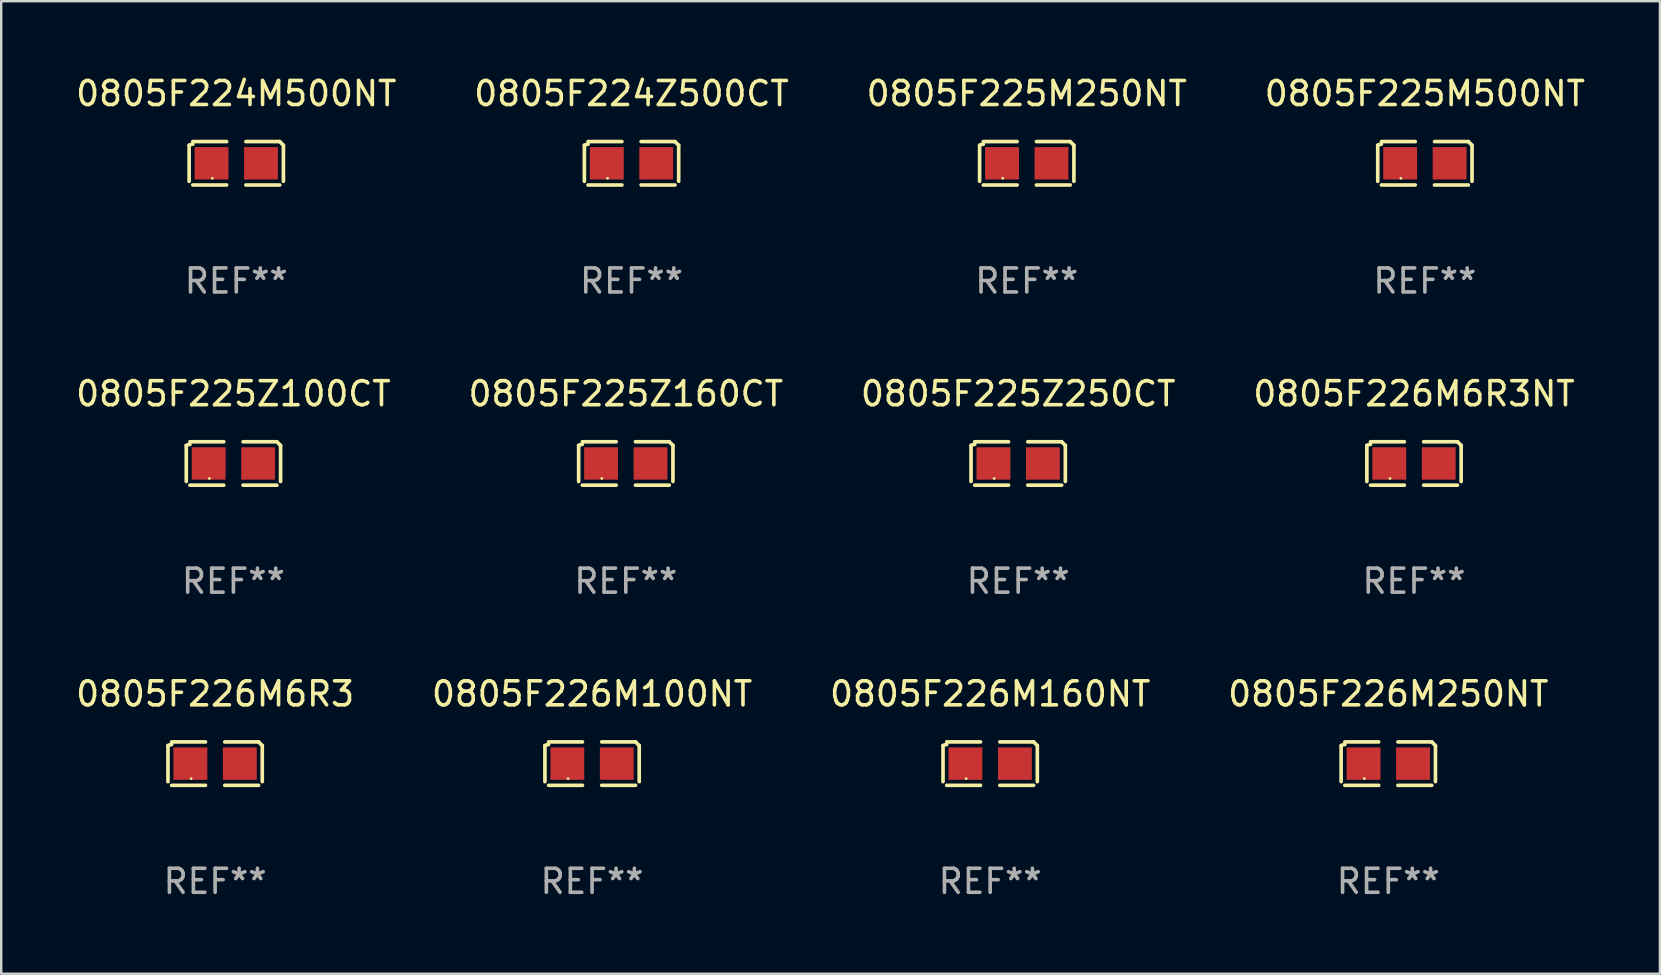
<source format=kicad_pcb>
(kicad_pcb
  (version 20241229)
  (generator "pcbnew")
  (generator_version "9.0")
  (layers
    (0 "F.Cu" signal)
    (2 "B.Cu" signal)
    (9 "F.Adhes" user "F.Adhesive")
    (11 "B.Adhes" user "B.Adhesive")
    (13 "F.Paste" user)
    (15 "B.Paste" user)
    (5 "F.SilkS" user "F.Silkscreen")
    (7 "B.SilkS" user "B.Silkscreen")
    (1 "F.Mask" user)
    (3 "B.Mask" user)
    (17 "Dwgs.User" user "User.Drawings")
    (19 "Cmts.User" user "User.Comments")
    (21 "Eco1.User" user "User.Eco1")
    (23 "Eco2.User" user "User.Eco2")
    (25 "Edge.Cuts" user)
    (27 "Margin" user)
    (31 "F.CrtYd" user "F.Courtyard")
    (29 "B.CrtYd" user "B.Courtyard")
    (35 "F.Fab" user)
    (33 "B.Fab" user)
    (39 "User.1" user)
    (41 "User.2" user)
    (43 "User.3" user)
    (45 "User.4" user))
  (footprint "0805F224Z500CT"
    (layer "F.Cu")
    (at 23.256 3.752)
    (property "Reference" "0805F224Z500CT" (at 0 -2.904 0) (layer "F.SilkS") (effects (font (size 1 1) (thickness 0.15))))
    (attr through_hole)
    (fp_line (start -1.964 0.751) (end -1.964 -0.751) (stroke (width 0.152) (type solid)) (layer "F.SilkS"))
    (fp_line (start -1.811 -0.904) (end -0.401 -0.904) (stroke (width 0.152) (type solid)) (layer "F.SilkS"))
    (fp_line (start -0.401 0.904) (end -1.811 0.904) (stroke (width 0.152) (type solid)) (layer "F.SilkS"))
    (fp_line (start 0.401 0.904) (end 1.811 0.904) (stroke (width 0.152) (type solid)) (layer "F.SilkS"))
    (fp_line (start 1.811 -0.904) (end 0.401 -0.904) (stroke (width 0.152) (type solid)) (layer "F.SilkS"))
    (fp_line (start 1.964 0.751) (end 1.964 -0.751) (stroke (width 0.152) (type solid)) (layer "F.SilkS"))
    (fp_arc (start -1.963602 -0.751207) (mid -1.890354 -0.783131) (end -1.811201 -0.794044) (stroke (width 0.1524) (type solid)) (layer "F.SilkS"))
    (fp_arc (start 1.811202 -0.903607) (mid 1.887413 -0.827418) (end 1.963602 -0.751207) (stroke (width 0.1524) (type solid)) (layer "F.SilkS"))
    (fp_circle (center -1 0.625) (end -0.97 0.625) (stroke (width 0.06) (type solid)) (fill no) (layer "F.SilkS"))
    (fp_text user "REF**" (at 0 4.904 0) (layer "F.Fab") (effects (font (size 1 1) (thickness 0.15))))
    (pad "1" smd rect (at -1.03 0) (size 1.41 1.35) (layers "F.Cu" "F.Mask" "F.Paste"))
    (pad "2" smd rect (at 1.03 0) (size 1.41 1.35) (layers "F.Cu" "F.Mask" "F.Paste")))
  (footprint "0805F224M500NT"
    (layer "F.Cu")
    (at 6.792 3.752)
    (property "Reference" "0805F224M500NT" (at 0 -2.904 0) (layer "F.SilkS") (effects (font (size 1 1) (thickness 0.15))))
    (attr through_hole)
    (fp_line (start -1.964 0.751) (end -1.964 -0.751) (stroke (width 0.152) (type solid)) (layer "F.SilkS"))
    (fp_line (start -1.811 -0.904) (end -0.401 -0.904) (stroke (width 0.152) (type solid)) (layer "F.SilkS"))
    (fp_line (start -0.401 0.904) (end -1.811 0.904) (stroke (width 0.152) (type solid)) (layer "F.SilkS"))
    (fp_line (start 0.401 0.904) (end 1.811 0.904) (stroke (width 0.152) (type solid)) (layer "F.SilkS"))
    (fp_line (start 1.811 -0.904) (end 0.401 -0.904) (stroke (width 0.152) (type solid)) (layer "F.SilkS"))
    (fp_line (start 1.964 0.751) (end 1.964 -0.751) (stroke (width 0.152) (type solid)) (layer "F.SilkS"))
    (fp_arc (start -1.963602 -0.751207) (mid -1.890354 -0.783131) (end -1.811201 -0.794044) (stroke (width 0.1524) (type solid)) (layer "F.SilkS"))
    (fp_arc (start 1.811202 -0.903607) (mid 1.887413 -0.827418) (end 1.963602 -0.751207) (stroke (width 0.1524) (type solid)) (layer "F.SilkS"))
    (fp_circle (center -1 0.625) (end -0.97 0.625) (stroke (width 0.06) (type solid)) (fill no) (layer "F.SilkS"))
    (fp_text user "REF**" (at 0 4.904 0) (layer "F.Fab") (effects (font (size 1 1) (thickness 0.15))))
    (pad "1" smd rect (at -1.03 0) (size 1.41 1.35) (layers "F.Cu" "F.Mask" "F.Paste"))
    (pad "2" smd rect (at 1.03 0) (size 1.41 1.35) (layers "F.Cu" "F.Mask" "F.Paste")))
  (footprint "0805F226M160NT"
    (layer "F.Cu")
    (at 38.196 28.759)
    (property "Reference" "0805F226M160NT" (at 0 -2.904 0) (layer "F.SilkS") (effects (font (size 1 1) (thickness 0.15))))
    (attr through_hole)
    (fp_line (start -1.964 0.751) (end -1.964 -0.751) (stroke (width 0.152) (type solid)) (layer "F.SilkS"))
    (fp_line (start -1.811 -0.904) (end -0.401 -0.904) (stroke (width 0.152) (type solid)) (layer "F.SilkS"))
    (fp_line (start -0.401 0.904) (end -1.811 0.904) (stroke (width 0.152) (type solid)) (layer "F.SilkS"))
    (fp_line (start 0.401 0.904) (end 1.811 0.904) (stroke (width 0.152) (type solid)) (layer "F.SilkS"))
    (fp_line (start 1.811 -0.904) (end 0.401 -0.904) (stroke (width 0.152) (type solid)) (layer "F.SilkS"))
    (fp_line (start 1.964 0.751) (end 1.964 -0.751) (stroke (width 0.152) (type solid)) (layer "F.SilkS"))
    (fp_arc (start -1.963602 -0.751207) (mid -1.890354 -0.783131) (end -1.811201 -0.794044) (stroke (width 0.1524) (type solid)) (layer "F.SilkS"))
    (fp_arc (start 1.811202 -0.903607) (mid 1.887413 -0.827418) (end 1.963602 -0.751207) (stroke (width 0.1524) (type solid)) (layer "F.SilkS"))
    (fp_circle (center -1 0.625) (end -0.97 0.625) (stroke (width 0.06) (type solid)) (fill no) (layer "F.SilkS"))
    (fp_text user "REF**" (at 0 4.904 0) (layer "F.Fab") (effects (font (size 1 1) (thickness 0.15))))
    (pad "1" smd rect (at -1.03 0) (size 1.41 1.35) (layers "F.Cu" "F.Mask" "F.Paste"))
    (pad "2" smd rect (at 1.03 0) (size 1.41 1.35) (layers "F.Cu" "F.Mask" "F.Paste")))
  (footprint "0805F225Z160CT"
    (layer "F.Cu")
    (at 23.018 16.256)
    (property "Reference" "0805F225Z160CT" (at 0 -2.904 0) (layer "F.SilkS") (effects (font (size 1 1) (thickness 0.15))))
    (attr through_hole)
    (fp_line (start -1.964 0.751) (end -1.964 -0.751) (stroke (width 0.152) (type solid)) (layer "F.SilkS"))
    (fp_line (start -1.811 -0.904) (end -0.401 -0.904) (stroke (width 0.152) (type solid)) (layer "F.SilkS"))
    (fp_line (start -0.401 0.904) (end -1.811 0.904) (stroke (width 0.152) (type solid)) (layer "F.SilkS"))
    (fp_line (start 0.401 0.904) (end 1.811 0.904) (stroke (width 0.152) (type solid)) (layer "F.SilkS"))
    (fp_line (start 1.811 -0.904) (end 0.401 -0.904) (stroke (width 0.152) (type solid)) (layer "F.SilkS"))
    (fp_line (start 1.964 0.751) (end 1.964 -0.751) (stroke (width 0.152) (type solid)) (layer "F.SilkS"))
    (fp_arc (start -1.963602 -0.751207) (mid -1.890354 -0.783131) (end -1.811201 -0.794044) (stroke (width 0.1524) (type solid)) (layer "F.SilkS"))
    (fp_arc (start 1.811202 -0.903607) (mid 1.887413 -0.827418) (end 1.963602 -0.751207) (stroke (width 0.1524) (type solid)) (layer "F.SilkS"))
    (fp_circle (center -1 0.625) (end -0.97 0.625) (stroke (width 0.06) (type solid)) (fill no) (layer "F.SilkS"))
    (fp_text user "REF**" (at 0 4.904 0) (layer "F.Fab") (effects (font (size 1 1) (thickness 0.15))))
    (pad "1" smd rect (at -1.03 0) (size 1.41 1.35) (layers "F.Cu" "F.Mask" "F.Paste"))
    (pad "2" smd rect (at 1.03 0) (size 1.41 1.35) (layers "F.Cu" "F.Mask" "F.Paste")))
  (footprint "0805F225Z250CT"
    (layer "F.Cu")
    (at 39.363 16.256)
    (property "Reference" "0805F225Z250CT" (at 0 -2.904 0) (layer "F.SilkS") (effects (font (size 1 1) (thickness 0.15))))
    (attr through_hole)
    (fp_line (start -1.964 0.751) (end -1.964 -0.751) (stroke (width 0.152) (type solid)) (layer "F.SilkS"))
    (fp_line (start -1.811 -0.904) (end -0.401 -0.904) (stroke (width 0.152) (type solid)) (layer "F.SilkS"))
    (fp_line (start -0.401 0.904) (end -1.811 0.904) (stroke (width 0.152) (type solid)) (layer "F.SilkS"))
    (fp_line (start 0.401 0.904) (end 1.811 0.904) (stroke (width 0.152) (type solid)) (layer "F.SilkS"))
    (fp_line (start 1.811 -0.904) (end 0.401 -0.904) (stroke (width 0.152) (type solid)) (layer "F.SilkS"))
    (fp_line (start 1.964 0.751) (end 1.964 -0.751) (stroke (width 0.152) (type solid)) (layer "F.SilkS"))
    (fp_arc (start -1.963602 -0.751207) (mid -1.890354 -0.783131) (end -1.811201 -0.794044) (stroke (width 0.1524) (type solid)) (layer "F.SilkS"))
    (fp_arc (start 1.811202 -0.903607) (mid 1.887413 -0.827418) (end 1.963602 -0.751207) (stroke (width 0.1524) (type solid)) (layer "F.SilkS"))
    (fp_circle (center -1 0.625) (end -0.97 0.625) (stroke (width 0.06) (type solid)) (fill no) (layer "F.SilkS"))
    (fp_text user "REF**" (at 0 4.904 0) (layer "F.Fab") (effects (font (size 1 1) (thickness 0.15))))
    (pad "1" smd rect (at -1.03 0) (size 1.41 1.35) (layers "F.Cu" "F.Mask" "F.Paste"))
    (pad "2" smd rect (at 1.03 0) (size 1.41 1.35) (layers "F.Cu" "F.Mask" "F.Paste")))
  (footprint "0805F226M250NT"
    (layer "F.Cu")
    (at 54.78 28.759)
    (property "Reference" "0805F226M250NT" (at 0 -2.904 0) (layer "F.SilkS") (effects (font (size 1 1) (thickness 0.15))))
    (attr through_hole)
    (fp_line (start -1.964 0.751) (end -1.964 -0.751) (stroke (width 0.152) (type solid)) (layer "F.SilkS"))
    (fp_line (start -1.811 -0.904) (end -0.401 -0.904) (stroke (width 0.152) (type solid)) (layer "F.SilkS"))
    (fp_line (start -0.401 0.904) (end -1.811 0.904) (stroke (width 0.152) (type solid)) (layer "F.SilkS"))
    (fp_line (start 0.401 0.904) (end 1.811 0.904) (stroke (width 0.152) (type solid)) (layer "F.SilkS"))
    (fp_line (start 1.811 -0.904) (end 0.401 -0.904) (stroke (width 0.152) (type solid)) (layer "F.SilkS"))
    (fp_line (start 1.964 0.751) (end 1.964 -0.751) (stroke (width 0.152) (type solid)) (layer "F.SilkS"))
    (fp_arc (start -1.963602 -0.751207) (mid -1.890354 -0.783131) (end -1.811201 -0.794044) (stroke (width 0.1524) (type solid)) (layer "F.SilkS"))
    (fp_arc (start 1.811202 -0.903607) (mid 1.887413 -0.827418) (end 1.963602 -0.751207) (stroke (width 0.1524) (type solid)) (layer "F.SilkS"))
    (fp_circle (center -1 0.625) (end -0.97 0.625) (stroke (width 0.06) (type solid)) (fill no) (layer "F.SilkS"))
    (fp_text user "REF**" (at 0 4.904 0) (layer "F.Fab") (effects (font (size 1 1) (thickness 0.15))))
    (pad "1" smd rect (at -1.03 0) (size 1.41 1.35) (layers "F.Cu" "F.Mask" "F.Paste"))
    (pad "2" smd rect (at 1.03 0) (size 1.41 1.35) (layers "F.Cu" "F.Mask" "F.Paste")))
  (footprint "0805F225M250NT"
    (layer "F.Cu")
    (at 39.72 3.752)
    (property "Reference" "0805F225M250NT" (at 0 -2.904 0) (layer "F.SilkS") (effects (font (size 1 1) (thickness 0.15))))
    (attr through_hole)
    (fp_line (start -1.964 0.751) (end -1.964 -0.751) (stroke (width 0.152) (type solid)) (layer "F.SilkS"))
    (fp_line (start -1.811 -0.904) (end -0.401 -0.904) (stroke (width 0.152) (type solid)) (layer "F.SilkS"))
    (fp_line (start -0.401 0.904) (end -1.811 0.904) (stroke (width 0.152) (type solid)) (layer "F.SilkS"))
    (fp_line (start 0.401 0.904) (end 1.811 0.904) (stroke (width 0.152) (type solid)) (layer "F.SilkS"))
    (fp_line (start 1.811 -0.904) (end 0.401 -0.904) (stroke (width 0.152) (type solid)) (layer "F.SilkS"))
    (fp_line (start 1.964 0.751) (end 1.964 -0.751) (stroke (width 0.152) (type solid)) (layer "F.SilkS"))
    (fp_arc (start -1.963602 -0.751207) (mid -1.890354 -0.783131) (end -1.811201 -0.794044) (stroke (width 0.1524) (type solid)) (layer "F.SilkS"))
    (fp_arc (start 1.811202 -0.903607) (mid 1.887413 -0.827418) (end 1.963602 -0.751207) (stroke (width 0.1524) (type solid)) (layer "F.SilkS"))
    (fp_circle (center -1 0.625) (end -0.97 0.625) (stroke (width 0.06) (type solid)) (fill no) (layer "F.SilkS"))
    (fp_text user "REF**" (at 0 4.904 0) (layer "F.Fab") (effects (font (size 1 1) (thickness 0.15))))
    (pad "1" smd rect (at -1.03 0) (size 1.41 1.35) (layers "F.Cu" "F.Mask" "F.Paste"))
    (pad "2" smd rect (at 1.03 0) (size 1.41 1.35) (layers "F.Cu" "F.Mask" "F.Paste")))
  (footprint "0805F225Z100CT"
    (layer "F.Cu")
    (at 6.673 16.256)
    (property "Reference" "0805F225Z100CT" (at 0 -2.904 0) (layer "F.SilkS") (effects (font (size 1 1) (thickness 0.15))))
    (attr through_hole)
    (fp_line (start -1.964 0.751) (end -1.964 -0.751) (stroke (width 0.152) (type solid)) (layer "F.SilkS"))
    (fp_line (start -1.811 -0.904) (end -0.401 -0.904) (stroke (width 0.152) (type solid)) (layer "F.SilkS"))
    (fp_line (start -0.401 0.904) (end -1.811 0.904) (stroke (width 0.152) (type solid)) (layer "F.SilkS"))
    (fp_line (start 0.401 0.904) (end 1.811 0.904) (stroke (width 0.152) (type solid)) (layer "F.SilkS"))
    (fp_line (start 1.811 -0.904) (end 0.401 -0.904) (stroke (width 0.152) (type solid)) (layer "F.SilkS"))
    (fp_line (start 1.964 0.751) (end 1.964 -0.751) (stroke (width 0.152) (type solid)) (layer "F.SilkS"))
    (fp_arc (start -1.963602 -0.751207) (mid -1.890354 -0.783131) (end -1.811201 -0.794044) (stroke (width 0.1524) (type solid)) (layer "F.SilkS"))
    (fp_arc (start 1.811202 -0.903607) (mid 1.887413 -0.827418) (end 1.963602 -0.751207) (stroke (width 0.1524) (type solid)) (layer "F.SilkS"))
    (fp_circle (center -1 0.625) (end -0.97 0.625) (stroke (width 0.06) (type solid)) (fill no) (layer "F.SilkS"))
    (fp_text user "REF**" (at 0 4.904 0) (layer "F.Fab") (effects (font (size 1 1) (thickness 0.15))))
    (pad "1" smd rect (at -1.03 0) (size 1.41 1.35) (layers "F.Cu" "F.Mask" "F.Paste"))
    (pad "2" smd rect (at 1.03 0) (size 1.41 1.35) (layers "F.Cu" "F.Mask" "F.Paste")))
  (footprint "0805F226M100NT"
    (layer "F.Cu")
    (at 21.613 28.759)
    (property "Reference" "0805F226M100NT" (at 0 -2.904 0) (layer "F.SilkS") (effects (font (size 1 1) (thickness 0.15))))
    (attr through_hole)
    (fp_line (start -1.964 0.751) (end -1.964 -0.751) (stroke (width 0.152) (type solid)) (layer "F.SilkS"))
    (fp_line (start -1.811 -0.904) (end -0.401 -0.904) (stroke (width 0.152) (type solid)) (layer "F.SilkS"))
    (fp_line (start -0.401 0.904) (end -1.811 0.904) (stroke (width 0.152) (type solid)) (layer "F.SilkS"))
    (fp_line (start 0.401 0.904) (end 1.811 0.904) (stroke (width 0.152) (type solid)) (layer "F.SilkS"))
    (fp_line (start 1.811 -0.904) (end 0.401 -0.904) (stroke (width 0.152) (type solid)) (layer "F.SilkS"))
    (fp_line (start 1.964 0.751) (end 1.964 -0.751) (stroke (width 0.152) (type solid)) (layer "F.SilkS"))
    (fp_arc (start -1.963602 -0.751207) (mid -1.890354 -0.783131) (end -1.811201 -0.794044) (stroke (width 0.1524) (type solid)) (layer "F.SilkS"))
    (fp_arc (start 1.811202 -0.903607) (mid 1.887413 -0.827418) (end 1.963602 -0.751207) (stroke (width 0.1524) (type solid)) (layer "F.SilkS"))
    (fp_circle (center -1 0.625) (end -0.97 0.625) (stroke (width 0.06) (type solid)) (fill no) (layer "F.SilkS"))
    (fp_text user "REF**" (at 0 4.904 0) (layer "F.Fab") (effects (font (size 1 1) (thickness 0.15))))
    (pad "1" smd rect (at -1.03 0) (size 1.41 1.35) (layers "F.Cu" "F.Mask" "F.Paste"))
    (pad "2" smd rect (at 1.03 0) (size 1.41 1.35) (layers "F.Cu" "F.Mask" "F.Paste")))
  (footprint "0805F226M6R3"
    (layer "F.Cu")
    (at 5.911 28.759)
    (property "Reference" "0805F226M6R3" (at 0 -2.904 0) (layer "F.SilkS") (effects (font (size 1 1) (thickness 0.15))))
    (attr through_hole)
    (fp_line (start -1.964 0.751) (end -1.964 -0.751) (stroke (width 0.152) (type solid)) (layer "F.SilkS"))
    (fp_line (start -1.811 -0.904) (end -0.401 -0.904) (stroke (width 0.152) (type solid)) (layer "F.SilkS"))
    (fp_line (start -0.401 0.904) (end -1.811 0.904) (stroke (width 0.152) (type solid)) (layer "F.SilkS"))
    (fp_line (start 0.401 0.904) (end 1.811 0.904) (stroke (width 0.152) (type solid)) (layer "F.SilkS"))
    (fp_line (start 1.811 -0.904) (end 0.401 -0.904) (stroke (width 0.152) (type solid)) (layer "F.SilkS"))
    (fp_line (start 1.964 0.751) (end 1.964 -0.751) (stroke (width 0.152) (type solid)) (layer "F.SilkS"))
    (fp_arc (start -1.963602 -0.751207) (mid -1.890354 -0.783131) (end -1.811201 -0.794044) (stroke (width 0.1524) (type solid)) (layer "F.SilkS"))
    (fp_arc (start 1.811202 -0.903607) (mid 1.887413 -0.827418) (end 1.963602 -0.751207) (stroke (width 0.1524) (type solid)) (layer "F.SilkS"))
    (fp_circle (center -1 0.625) (end -0.97 0.625) (stroke (width 0.06) (type solid)) (fill no) (layer "F.SilkS"))
    (fp_text user "REF**" (at 0 4.904 0) (layer "F.Fab") (effects (font (size 1 1) (thickness 0.15))))
    (pad "1" smd rect (at -1.03 0) (size 1.41 1.35) (layers "F.Cu" "F.Mask" "F.Paste"))
    (pad "2" smd rect (at 1.03 0) (size 1.41 1.35) (layers "F.Cu" "F.Mask" "F.Paste")))
  (footprint "0805F226M6R3NT"
    (layer "F.Cu")
    (at 55.851 16.256)
    (property "Reference" "0805F226M6R3NT" (at 0 -2.904 0) (layer "F.SilkS") (effects (font (size 1 1) (thickness 0.15))))
    (attr through_hole)
    (fp_line (start -1.964 0.751) (end -1.964 -0.751) (stroke (width 0.152) (type solid)) (layer "F.SilkS"))
    (fp_line (start -1.811 -0.904) (end -0.401 -0.904) (stroke (width 0.152) (type solid)) (layer "F.SilkS"))
    (fp_line (start -0.401 0.904) (end -1.811 0.904) (stroke (width 0.152) (type solid)) (layer "F.SilkS"))
    (fp_line (start 0.401 0.904) (end 1.811 0.904) (stroke (width 0.152) (type solid)) (layer "F.SilkS"))
    (fp_line (start 1.811 -0.904) (end 0.401 -0.904) (stroke (width 0.152) (type solid)) (layer "F.SilkS"))
    (fp_line (start 1.964 0.751) (end 1.964 -0.751) (stroke (width 0.152) (type solid)) (layer "F.SilkS"))
    (fp_arc (start -1.963602 -0.751207) (mid -1.890354 -0.783131) (end -1.811201 -0.794044) (stroke (width 0.1524) (type solid)) (layer "F.SilkS"))
    (fp_arc (start 1.811202 -0.903607) (mid 1.887413 -0.827418) (end 1.963602 -0.751207) (stroke (width 0.1524) (type solid)) (layer "F.SilkS"))
    (fp_circle (center -1 0.625) (end -0.97 0.625) (stroke (width 0.06) (type solid)) (fill no) (layer "F.SilkS"))
    (fp_text user "REF**" (at 0 4.904 0) (layer "F.Fab") (effects (font (size 1 1) (thickness 0.15))))
    (pad "1" smd rect (at -1.03 0) (size 1.41 1.35) (layers "F.Cu" "F.Mask" "F.Paste"))
    (pad "2" smd rect (at 1.03 0) (size 1.41 1.35) (layers "F.Cu" "F.Mask" "F.Paste")))
  (footprint "0805F225M500NT"
    (layer "F.Cu")
    (at 56.304 3.752)
    (property "Reference" "0805F225M500NT" (at 0 -2.904 0) (layer "F.SilkS") (effects (font (size 1 1) (thickness 0.15))))
    (attr through_hole)
    (fp_line (start -1.964 0.751) (end -1.964 -0.751) (stroke (width 0.152) (type solid)) (layer "F.SilkS"))
    (fp_line (start -1.811 -0.904) (end -0.401 -0.904) (stroke (width 0.152) (type solid)) (layer "F.SilkS"))
    (fp_line (start -0.401 0.904) (end -1.811 0.904) (stroke (width 0.152) (type solid)) (layer "F.SilkS"))
    (fp_line (start 0.401 0.904) (end 1.811 0.904) (stroke (width 0.152) (type solid)) (layer "F.SilkS"))
    (fp_line (start 1.811 -0.904) (end 0.401 -0.904) (stroke (width 0.152) (type solid)) (layer "F.SilkS"))
    (fp_line (start 1.964 0.751) (end 1.964 -0.751) (stroke (width 0.152) (type solid)) (layer "F.SilkS"))
    (fp_arc (start -1.963602 -0.751207) (mid -1.890354 -0.783131) (end -1.811201 -0.794044) (stroke (width 0.1524) (type solid)) (layer "F.SilkS"))
    (fp_arc (start 1.811202 -0.903607) (mid 1.887413 -0.827418) (end 1.963602 -0.751207) (stroke (width 0.1524) (type solid)) (layer "F.SilkS"))
    (fp_circle (center -1 0.625) (end -0.97 0.625) (stroke (width 0.06) (type solid)) (fill no) (layer "F.SilkS"))
    (fp_text user "REF**" (at 0 4.904 0) (layer "F.Fab") (effects (font (size 1 1) (thickness 0.15))))
    (pad "1" smd rect (at -1.03 0) (size 1.41 1.35) (layers "F.Cu" "F.Mask" "F.Paste"))
    (pad "2" smd rect (at 1.03 0) (size 1.41 1.35) (layers "F.Cu" "F.Mask" "F.Paste")))
  (gr_rect
    (start -3 -3)
    (end 66.095 37.511)
    (stroke (width 0.1) (type default))
    (fill no)
    (layer "Edge.Cuts")))
</source>
